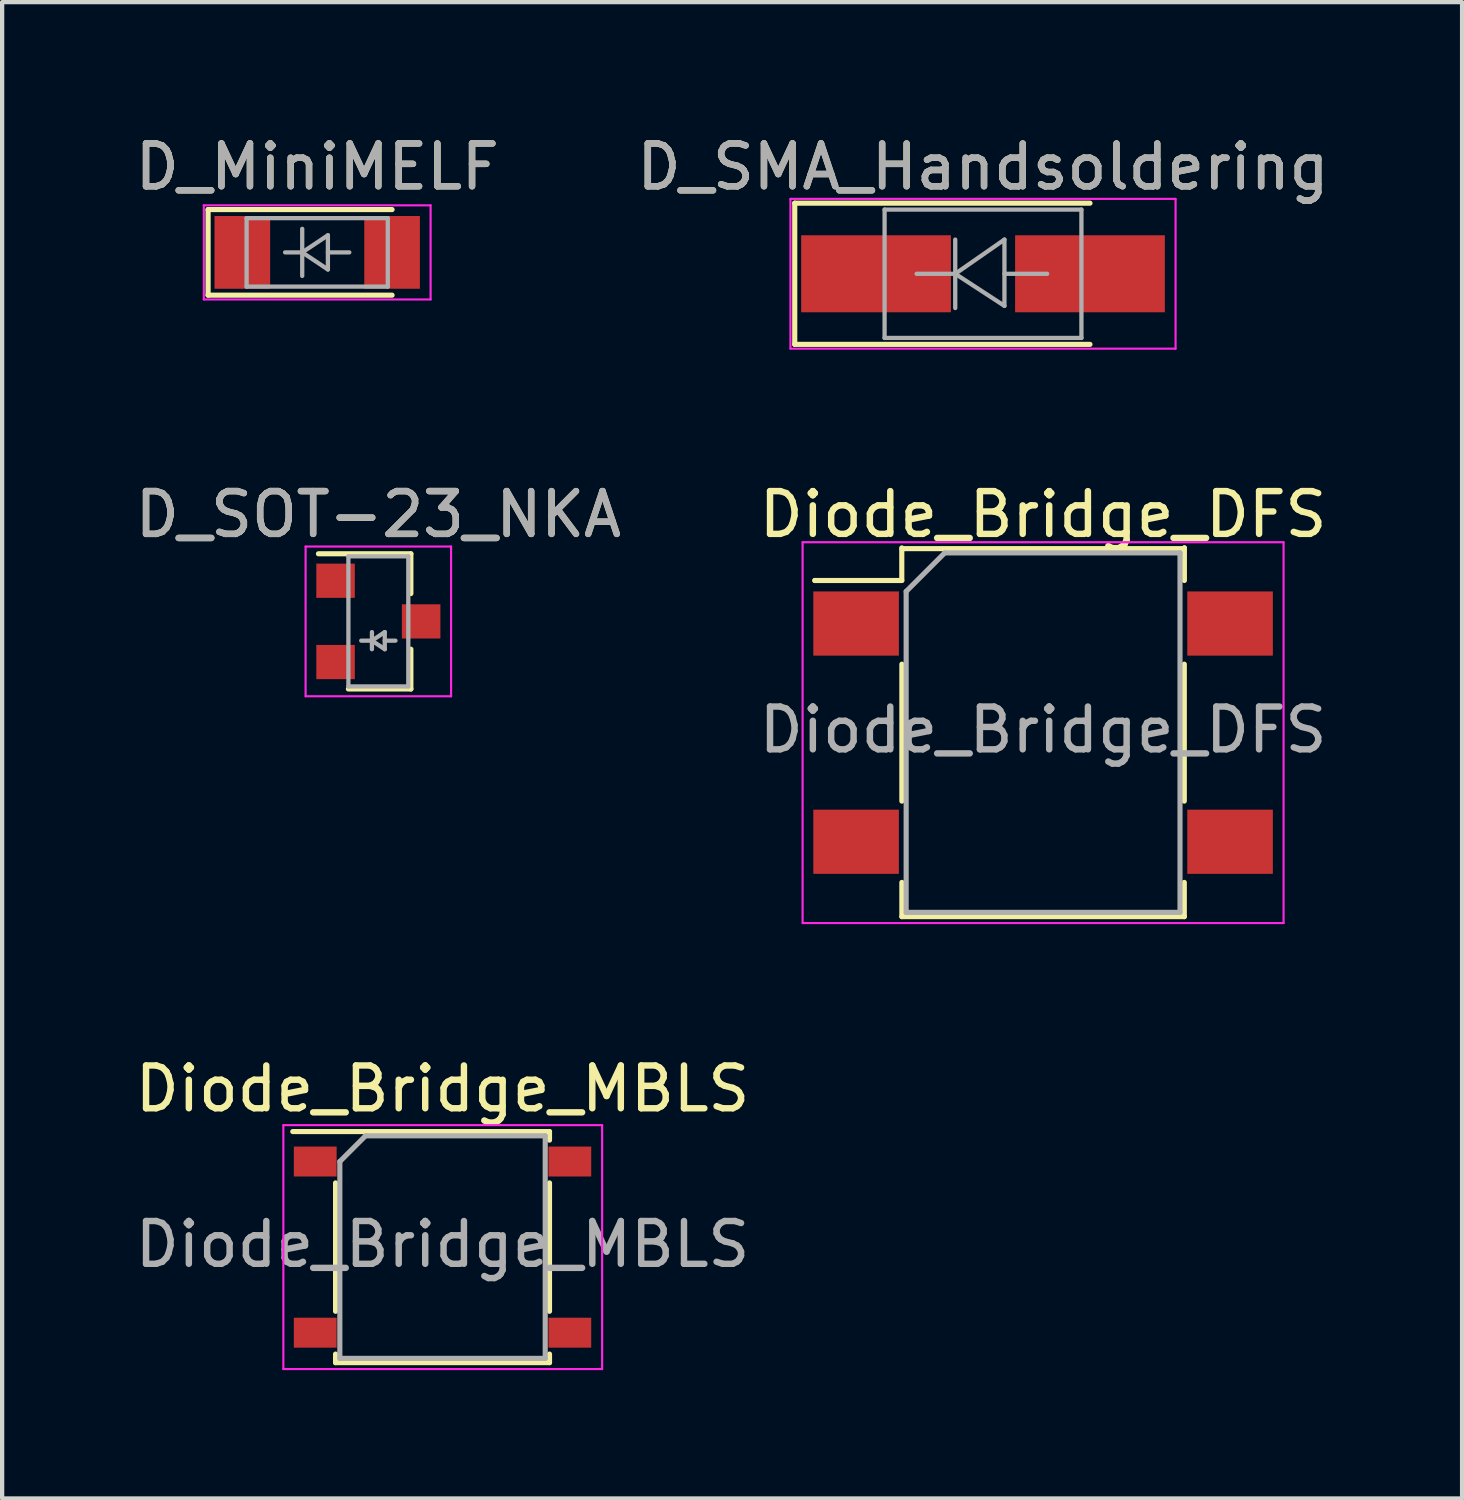
<source format=kicad_pcb>
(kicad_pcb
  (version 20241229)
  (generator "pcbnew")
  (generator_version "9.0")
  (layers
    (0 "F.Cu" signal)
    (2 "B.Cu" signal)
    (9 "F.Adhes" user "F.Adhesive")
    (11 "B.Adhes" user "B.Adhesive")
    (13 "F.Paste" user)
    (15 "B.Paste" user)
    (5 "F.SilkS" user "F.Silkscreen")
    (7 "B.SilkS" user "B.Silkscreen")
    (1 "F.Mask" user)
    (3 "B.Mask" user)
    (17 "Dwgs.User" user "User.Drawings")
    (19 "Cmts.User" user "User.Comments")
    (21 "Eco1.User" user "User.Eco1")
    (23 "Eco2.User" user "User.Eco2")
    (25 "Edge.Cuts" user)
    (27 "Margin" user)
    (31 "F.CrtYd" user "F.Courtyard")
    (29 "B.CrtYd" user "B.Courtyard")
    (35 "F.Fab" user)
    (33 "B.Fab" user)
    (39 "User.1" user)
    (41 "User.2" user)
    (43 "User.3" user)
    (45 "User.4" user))
  (footprint "Diode_Bridge_DFS"
    (layer "F.Cu")
    (at 21.327 14.072)
    (property "Reference" "Diode_Bridge_DFS" (at 0 -5.1 0) (layer "F.SilkS") (effects (font (size 1 1) (thickness 0.15))))
    (attr smd)
    (fp_line (start -5.334 -3.556) (end -5.334 -3.556) (stroke (width 0.12) (type solid)) (layer "F.SilkS"))
    (fp_line (start -3.302 -4.318) (end -3.302 -3.556) (stroke (width 0.12) (type solid)) (layer "F.SilkS"))
    (fp_line (start -3.302 -3.556) (end -5.334 -3.556) (stroke (width 0.12) (type solid)) (layer "F.SilkS"))
    (fp_line (start -3.3 -4.3) (end 3.3 -4.3) (stroke (width 0.12) (type solid)) (layer "F.SilkS"))
    (fp_line (start -3.3 -1.6) (end -3.3 1.6) (stroke (width 0.12) (type solid)) (layer "F.SilkS"))
    (fp_line (start -3.3 3.5) (end -3.3 4.3) (stroke (width 0.12) (type solid)) (layer "F.SilkS"))
    (fp_line (start -3.3 4.3) (end 3.3 4.3) (stroke (width 0.12) (type solid)) (layer "F.SilkS"))
    (fp_line (start 3.3 -1.6) (end 3.3 1.6) (stroke (width 0.12) (type solid)) (layer "F.SilkS"))
    (fp_line (start 3.3 4.3) (end 3.3 3.5) (stroke (width 0.12) (type solid)) (layer "F.SilkS"))
    (fp_line (start 3.302 -4.318) (end 3.302 -4.318) (stroke (width 0.12) (type solid)) (layer "F.SilkS"))
    (fp_line (start 3.302 -3.556) (end 3.302 -4.318) (stroke (width 0.12) (type solid)) (layer "F.SilkS"))
    (fp_line (start -5.62 -4.45) (end -5.62 4.45) (stroke (width 0.05) (type solid)) (layer "F.CrtYd"))
    (fp_line (start -5.62 -4.45) (end 5.62 -4.45) (stroke (width 0.05) (type solid)) (layer "F.CrtYd"))
    (fp_line (start 5.62 4.45) (end -5.62 4.45) (stroke (width 0.05) (type solid)) (layer "F.CrtYd"))
    (fp_line (start 5.62 4.45) (end 5.62 -4.45) (stroke (width 0.05) (type solid)) (layer "F.CrtYd"))
    (fp_line (start -3.2 -3.3) (end -2.3 -4.2) (stroke (width 0.12) (type solid)) (layer "F.Fab"))
    (fp_line (start -3.2 4.2) (end -3.2 -3.3) (stroke (width 0.12) (type solid)) (layer "F.Fab"))
    (fp_line (start -2.3 -4.2) (end 3.2 -4.2) (stroke (width 0.12) (type solid)) (layer "F.Fab"))
    (fp_line (start 3.2 -4.2) (end 3.2 4.2) (stroke (width 0.12) (type solid)) (layer "F.Fab"))
    (fp_line (start 3.2 4.2) (end -3.2 4.2) (stroke (width 0.12) (type solid)) (layer "F.Fab"))
    (fp_text user "${REFERENCE}" (at 0 -0.065 0) (layer "F.Fab") (effects (font (size 1 1) (thickness 0.15))))
    (pad "1" smd rect (at -4.37 -2.55) (size 2 1.5) (layers "F.Cu" "F.Mask" "F.Paste"))
    (pad "2" smd rect (at -4.37 2.55) (size 2 1.5) (layers "F.Cu" "F.Mask" "F.Paste"))
    (pad "3" smd rect (at 4.37 2.55) (size 2 1.5) (layers "F.Cu" "F.Mask" "F.Paste"))
    (pad "4" smd rect (at 4.37 -2.55) (size 2 1.5) (layers "F.Cu" "F.Mask" "F.Paste")))
  (footprint "Diode_Bridge_MBLS"
    (layer "F.Cu")
    (at 7.292 26.095)
    (property "Reference" "Diode_Bridge_MBLS" (at 0 -3.7 0) (layer "F.SilkS") (effects (font (size 1 1) (thickness 0.15))))
    (attr smd)
    (fp_line (start -2.5 1.5) (end -2.5 -1.5) (stroke (width 0.12) (type solid)) (layer "F.SilkS"))
    (fp_line (start -2.5 2.7) (end -2.5 2.5) (stroke (width 0.12) (type solid)) (layer "F.SilkS"))
    (fp_line (start 2.5 -2.7) (end -3.5 -2.7) (stroke (width 0.12) (type solid)) (layer "F.SilkS"))
    (fp_line (start 2.5 -2.5) (end 2.5 -2.7) (stroke (width 0.12) (type solid)) (layer "F.SilkS"))
    (fp_line (start 2.5 -1.5) (end 2.5 1.5) (stroke (width 0.12) (type solid)) (layer "F.SilkS"))
    (fp_line (start 2.5 2.5) (end 2.5 2.7) (stroke (width 0.12) (type solid)) (layer "F.SilkS"))
    (fp_line (start 2.5 2.7) (end -2.5 2.7) (stroke (width 0.12) (type solid)) (layer "F.SilkS"))
    (fp_line (start -3.72 -2.85) (end -3.72 2.85) (stroke (width 0.05) (type solid)) (layer "F.CrtYd"))
    (fp_line (start -3.72 -2.85) (end 3.73 -2.85) (stroke (width 0.05) (type solid)) (layer "F.CrtYd"))
    (fp_line (start 3.73 2.85) (end -3.72 2.85) (stroke (width 0.05) (type solid)) (layer "F.CrtYd"))
    (fp_line (start 3.73 2.85) (end 3.73 -2.85) (stroke (width 0.05) (type solid)) (layer "F.CrtYd"))
    (fp_line (start -2.4 -2) (end -2.4 2.6) (stroke (width 0.12) (type solid)) (layer "F.Fab"))
    (fp_line (start -2.4 2.6) (end 2.4 2.6) (stroke (width 0.12) (type solid)) (layer "F.Fab"))
    (fp_line (start -1.8 -2.6) (end -2.4 -2) (stroke (width 0.12) (type solid)) (layer "F.Fab"))
    (fp_line (start 2.4 -2.6) (end -1.8 -2.6) (stroke (width 0.12) (type solid)) (layer "F.Fab"))
    (fp_line (start 2.4 2.6) (end 2.4 -2.6) (stroke (width 0.12) (type solid)) (layer "F.Fab"))
    (fp_text user "${REFERENCE}" (at 0 -0.065 0) (layer "F.Fab") (effects (font (size 1 1) (thickness 0.15))))
    (pad "1" smd rect (at -2.975 -2) (size 1 0.7) (layers "F.Cu" "F.Mask" "F.Paste"))
    (pad "2" smd rect (at -2.975 2) (size 1 0.7) (layers "F.Cu" "F.Mask" "F.Paste"))
    (pad "3" smd rect (at 2.975 2) (size 1 0.7) (layers "F.Cu" "F.Mask" "F.Paste"))
    (pad "4" smd rect (at 2.975 -2) (size 1 0.7) (layers "F.Cu" "F.Mask" "F.Paste")))
  (footprint "D_MiniMELF"
    (layer "F.Cu")
    (at 4.363 2.848)
    (property "Reference" "D_MiniMELF" (at 0 -2 0) (layer "F.SilkS") (effects (font (size 1 1) (thickness 0.15))))
    (attr smd)
    (fp_line (start -2.55 -1) (end -2.55 1) (stroke (width 0.12) (type solid)) (layer "F.SilkS"))
    (fp_line (start -2.55 1) (end 1.75 1) (stroke (width 0.12) (type solid)) (layer "F.SilkS"))
    (fp_line (start 1.75 -1) (end -2.55 -1) (stroke (width 0.12) (type solid)) (layer "F.SilkS"))
    (fp_line (start -2.65 -1.1) (end 2.65 -1.1) (stroke (width 0.05) (type solid)) (layer "F.CrtYd"))
    (fp_line (start -2.65 1.1) (end -2.65 -1.1) (stroke (width 0.05) (type solid)) (layer "F.CrtYd"))
    (fp_line (start 2.65 -1.1) (end 2.65 1.1) (stroke (width 0.05) (type solid)) (layer "F.CrtYd"))
    (fp_line (start 2.65 1.1) (end -2.65 1.1) (stroke (width 0.05) (type solid)) (layer "F.CrtYd"))
    (fp_line (start -1.65 -0.8) (end 1.65 -0.8) (stroke (width 0.1) (type solid)) (layer "F.Fab"))
    (fp_line (start -1.65 0.8) (end -1.65 -0.8) (stroke (width 0.1) (type solid)) (layer "F.Fab"))
    (fp_line (start -0.75 0) (end -0.35 0) (stroke (width 0.1) (type solid)) (layer "F.Fab"))
    (fp_line (start -0.35 0) (end -0.35 -0.55) (stroke (width 0.1) (type solid)) (layer "F.Fab"))
    (fp_line (start -0.35 0) (end -0.35 0.55) (stroke (width 0.1) (type solid)) (layer "F.Fab"))
    (fp_line (start -0.35 0) (end 0.25 -0.4) (stroke (width 0.1) (type solid)) (layer "F.Fab"))
    (fp_line (start 0.25 -0.4) (end 0.25 0.4) (stroke (width 0.1) (type solid)) (layer "F.Fab"))
    (fp_line (start 0.25 0) (end 0.75 0) (stroke (width 0.1) (type solid)) (layer "F.Fab"))
    (fp_line (start 0.25 0.4) (end -0.35 0) (stroke (width 0.1) (type solid)) (layer "F.Fab"))
    (fp_line (start 1.65 -0.8) (end 1.65 0.8) (stroke (width 0.1) (type solid)) (layer "F.Fab"))
    (fp_line (start 1.65 0.8) (end -1.65 0.8) (stroke (width 0.1) (type solid)) (layer "F.Fab"))
    (fp_text user "${REFERENCE}" (at 0 -2 0) (layer "F.Fab") (effects (font (size 1 1) (thickness 0.15))))
    (pad "1" smd rect (at -1.75 0) (size 1.3 1.7) (layers "F.Cu" "F.Mask" "F.Paste"))
    (pad "2" smd rect (at 1.75 0) (size 1.3 1.7) (layers "F.Cu" "F.Mask" "F.Paste")))
  (footprint "D_SMA_Handsoldering"
    (layer "F.Cu")
    (at 19.923 3.348)
    (property "Reference" "D_SMA_Handsoldering" (at 0 -2.5 0) (layer "F.SilkS") (effects (font (size 1 1) (thickness 0.15))))
    (attr smd)
    (fp_line (start -4.4 -1.65) (end -4.4 1.65) (stroke (width 0.12) (type solid)) (layer "F.SilkS"))
    (fp_line (start -4.4 -1.65) (end 2.5 -1.65) (stroke (width 0.12) (type solid)) (layer "F.SilkS"))
    (fp_line (start -4.4 1.65) (end 2.5 1.65) (stroke (width 0.12) (type solid)) (layer "F.SilkS"))
    (fp_line (start -4.5 -1.75) (end 4.5 -1.75) (stroke (width 0.05) (type solid)) (layer "F.CrtYd"))
    (fp_line (start -4.5 1.75) (end -4.5 -1.75) (stroke (width 0.05) (type solid)) (layer "F.CrtYd"))
    (fp_line (start 4.5 -1.75) (end 4.5 1.75) (stroke (width 0.05) (type solid)) (layer "F.CrtYd"))
    (fp_line (start 4.5 1.75) (end -4.5 1.75) (stroke (width 0.05) (type solid)) (layer "F.CrtYd"))
    (fp_line (start -2.3 1.5) (end -2.3 -1.5) (stroke (width 0.1) (type solid)) (layer "F.Fab"))
    (fp_line (start -0.649 -0.799) (end -0.649 0.801) (stroke (width 0.1) (type solid)) (layer "F.Fab"))
    (fp_line (start -0.649 0.001) (end -1.551 0.001) (stroke (width 0.1) (type solid)) (layer "F.Fab"))
    (fp_line (start -0.649 0.001) (end 0.501 -0.799) (stroke (width 0.1) (type solid)) (layer "F.Fab"))
    (fp_line (start -0.649 0.001) (end 0.501 0.75) (stroke (width 0.1) (type solid)) (layer "F.Fab"))
    (fp_line (start 0.501 0.001) (end 1.499 0.001) (stroke (width 0.1) (type solid)) (layer "F.Fab"))
    (fp_line (start 0.501 0.75) (end 0.501 -0.799) (stroke (width 0.1) (type solid)) (layer "F.Fab"))
    (fp_line (start 2.3 -1.5) (end -2.3 -1.5) (stroke (width 0.1) (type solid)) (layer "F.Fab"))
    (fp_line (start 2.3 -1.5) (end 2.3 1.5) (stroke (width 0.1) (type solid)) (layer "F.Fab"))
    (fp_line (start 2.3 1.5) (end -2.3 1.5) (stroke (width 0.1) (type solid)) (layer "F.Fab"))
    (fp_text user "${REFERENCE}" (at 0 -2.5 0) (layer "F.Fab") (effects (font (size 1 1) (thickness 0.15))))
    (pad "1" smd rect (at -2.5 0) (size 3.5 1.8) (layers "F.Cu" "F.Mask" "F.Paste"))
    (pad "2" smd rect (at 2.5 0) (size 3.5 1.8) (layers "F.Cu" "F.Mask" "F.Paste")))
  (footprint "D_SOT-23_NKA"
    (layer "F.Cu")
    (at 5.792 11.472)
    (property "Reference" "D_SOT-23_NKA" (at 0 -2.5 0) (layer "F.SilkS") (effects (font (size 1 1) (thickness 0.15))))
    (attr smd)
    (fp_line (start 0.76 -1.58) (end -1.4 -1.58) (stroke (width 0.12) (type solid)) (layer "F.SilkS"))
    (fp_line (start 0.76 -1.58) (end 0.76 -0.65) (stroke (width 0.12) (type solid)) (layer "F.SilkS"))
    (fp_line (start 0.76 1.58) (end -0.7 1.58) (stroke (width 0.12) (type solid)) (layer "F.SilkS"))
    (fp_line (start 0.76 1.58) (end 0.76 0.65) (stroke (width 0.12) (type solid)) (layer "F.SilkS"))
    (fp_line (start -1.7 -1.75) (end 1.7 -1.75) (stroke (width 0.05) (type solid)) (layer "F.CrtYd"))
    (fp_line (start -1.7 1.75) (end -1.7 -1.75) (stroke (width 0.05) (type solid)) (layer "F.CrtYd"))
    (fp_line (start 1.7 -1.75) (end 1.7 1.75) (stroke (width 0.05) (type solid)) (layer "F.CrtYd"))
    (fp_line (start 1.7 1.75) (end -1.7 1.75) (stroke (width 0.05) (type solid)) (layer "F.CrtYd"))
    (fp_line (start -0.7 -1.52) (end -0.7 1.52) (stroke (width 0.1) (type solid)) (layer "F.Fab"))
    (fp_line (start -0.7 -1.52) (end 0.7 -1.52) (stroke (width 0.1) (type solid)) (layer "F.Fab"))
    (fp_line (start -0.7 1.52) (end 0.7 1.52) (stroke (width 0.1) (type solid)) (layer "F.Fab"))
    (fp_line (start -0.15 0.45) (end -0.4 0.45) (stroke (width 0.1) (type solid)) (layer "F.Fab"))
    (fp_line (start -0.15 0.45) (end 0.15 0.65) (stroke (width 0.1) (type solid)) (layer "F.Fab"))
    (fp_line (start -0.15 0.65) (end -0.15 0.25) (stroke (width 0.1) (type solid)) (layer "F.Fab"))
    (fp_line (start 0.15 0.25) (end -0.15 0.45) (stroke (width 0.1) (type solid)) (layer "F.Fab"))
    (fp_line (start 0.15 0.45) (end 0.4 0.45) (stroke (width 0.1) (type solid)) (layer "F.Fab"))
    (fp_line (start 0.15 0.65) (end 0.15 0.25) (stroke (width 0.1) (type solid)) (layer "F.Fab"))
    (fp_line (start 0.7 -1.52) (end 0.7 1.52) (stroke (width 0.1) (type solid)) (layer "F.Fab"))
    (fp_text user "${REFERENCE}" (at 0 -2.5 0) (layer "F.Fab") (effects (font (size 1 1) (thickness 0.15))))
    (pad "" smd rect (at -1 -0.95) (size 0.9 0.8) (layers "F.Cu" "F.Mask" "F.Paste"))
    (pad "1" smd rect (at -1 0.95) (size 0.9 0.8) (layers "F.Cu" "F.Mask" "F.Paste"))
    (pad "2" smd rect (at 1 0) (size 0.9 0.8) (layers "F.Cu" "F.Mask" "F.Paste")))
  (gr_rect
    (start -3 -3)
    (end 31.119 31.97)
    (stroke (width 0.1) (type default))
    (fill no)
    (layer "Edge.Cuts")))
</source>
